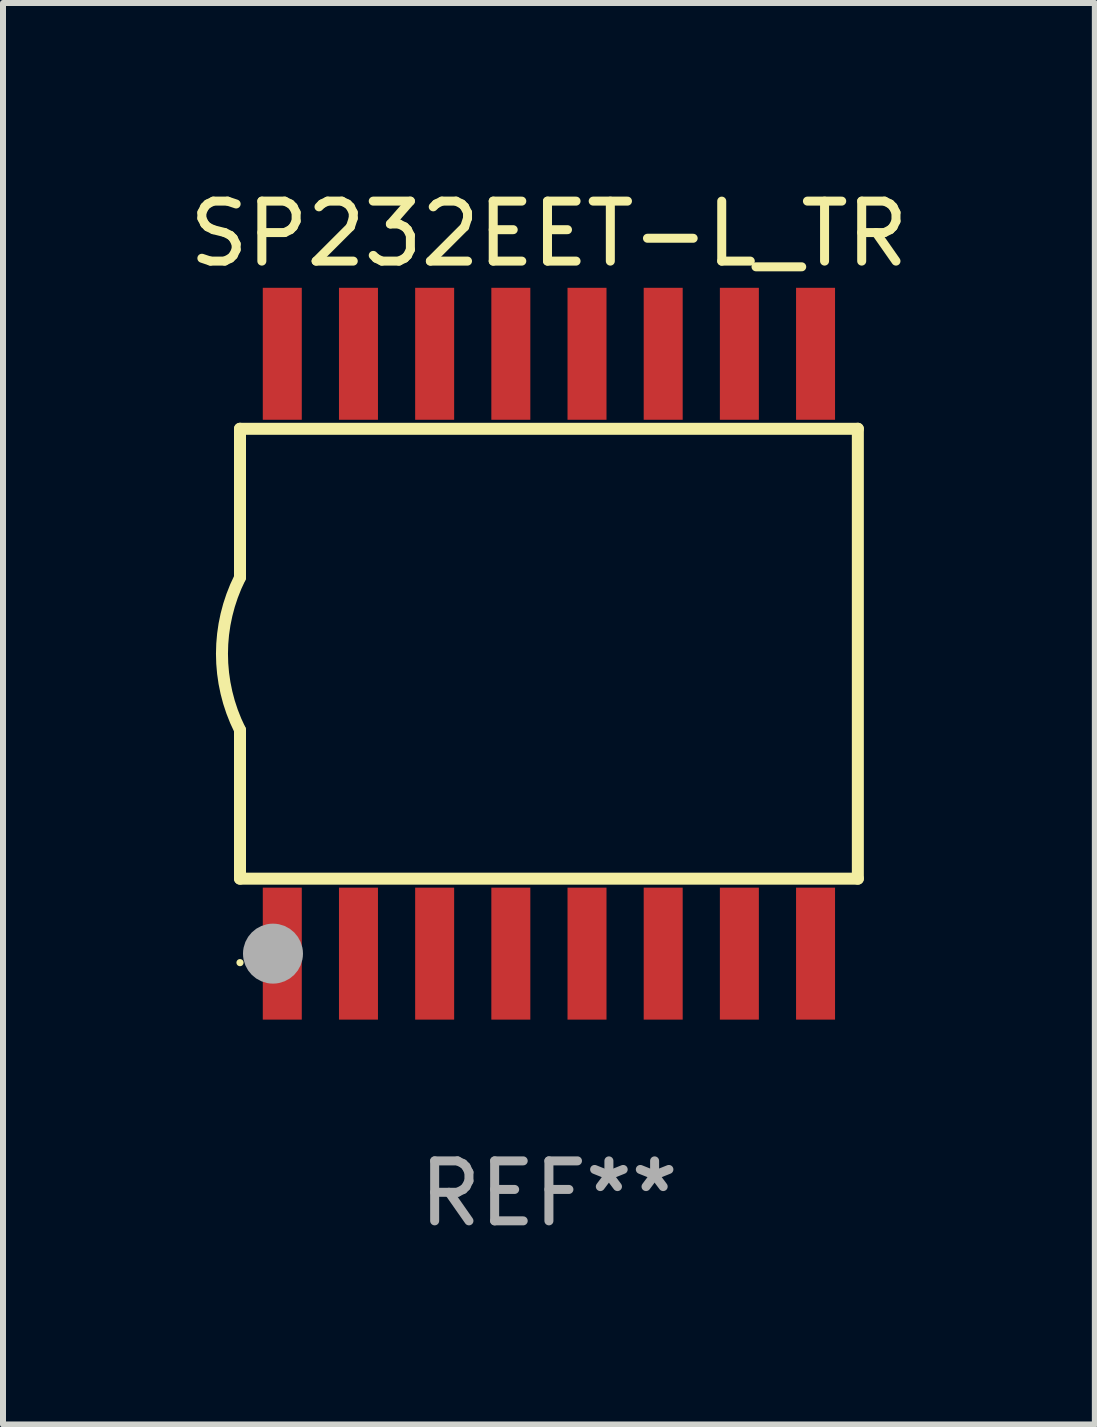
<source format=kicad_pcb>
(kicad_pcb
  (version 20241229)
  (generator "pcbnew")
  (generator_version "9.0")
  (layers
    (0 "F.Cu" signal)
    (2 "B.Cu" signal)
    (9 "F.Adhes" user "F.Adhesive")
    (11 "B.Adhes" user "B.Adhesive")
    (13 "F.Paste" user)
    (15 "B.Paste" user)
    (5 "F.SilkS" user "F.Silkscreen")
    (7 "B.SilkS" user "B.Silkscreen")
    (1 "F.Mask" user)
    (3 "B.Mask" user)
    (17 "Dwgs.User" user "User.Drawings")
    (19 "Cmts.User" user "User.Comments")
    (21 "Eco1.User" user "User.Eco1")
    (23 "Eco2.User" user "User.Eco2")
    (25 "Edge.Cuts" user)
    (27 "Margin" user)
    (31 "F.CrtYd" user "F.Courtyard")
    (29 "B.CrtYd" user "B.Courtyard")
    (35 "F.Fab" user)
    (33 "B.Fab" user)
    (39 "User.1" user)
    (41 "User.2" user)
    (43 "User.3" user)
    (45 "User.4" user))
  (footprint "SP232EET-L_TR"
    (layer "F.Cu")
    (at 6.101 7.848)
    (property "Reference" "SP232EET-L_TR" (at 0 -7 0) (layer "F.SilkS") (effects (font (size 1 1) (thickness 0.15))))
    (attr through_hole)
    (fp_line (start -5.15 -3.75) (end -5.15 -1.27) (stroke (width 0.2) (type solid)) (layer "F.SilkS"))
    (fp_line (start -5.15 -3.75) (end 5.15 -3.75) (stroke (width 0.2) (type solid)) (layer "F.SilkS"))
    (fp_line (start -5.15 3.75) (end -5.15 1.27) (stroke (width 0.2) (type solid)) (layer "F.SilkS"))
    (fp_line (start 5.15 -3.75) (end 5.15 3.75) (stroke (width 0.2) (type solid)) (layer "F.SilkS"))
    (fp_line (start 5.15 3.75) (end -5.15 3.75) (stroke (width 0.2) (type solid)) (layer "F.SilkS"))
    (fp_arc (start -5.151131 1.270003) (mid -5.450556 -0.000132) (end -5.150013 -1.270003) (stroke (width 0.2) (type solid)) (layer "F.SilkS"))
    (fp_circle (center -5.15 5.15) (end -5.12 5.15) (stroke (width 0.06) (type solid)) (fill no) (layer "F.SilkS"))
    (fp_circle (center -4.6 5) (end -4.35 5) (stroke (width 0.5) (type solid)) (fill no) (layer "F.Fab"))
    (fp_text user "REF**" (at 0 9 0) (layer "F.Fab") (effects (font (size 1 1) (thickness 0.15))))
    (pad "1" smd rect (at -4.445 5) (size 0.65 2.2) (layers "F.Cu" "F.Mask" "F.Paste"))
    (pad "2" smd rect (at -3.175 5) (size 0.65 2.2) (layers "F.Cu" "F.Mask" "F.Paste"))
    (pad "3" smd rect (at -1.905 5) (size 0.65 2.2) (layers "F.Cu" "F.Mask" "F.Paste"))
    (pad "4" smd rect (at -0.635 5) (size 0.65 2.2) (layers "F.Cu" "F.Mask" "F.Paste"))
    (pad "5" smd rect (at 0.635 5) (size 0.65 2.2) (layers "F.Cu" "F.Mask" "F.Paste"))
    (pad "6" smd rect (at 1.905 5) (size 0.65 2.2) (layers "F.Cu" "F.Mask" "F.Paste"))
    (pad "7" smd rect (at 3.175 5) (size 0.65 2.2) (layers "F.Cu" "F.Mask" "F.Paste"))
    (pad "8" smd rect (at 4.445 5) (size 0.65 2.2) (layers "F.Cu" "F.Mask" "F.Paste"))
    (pad "9" smd rect (at 4.445 -5) (size 0.65 2.2) (layers "F.Cu" "F.Mask" "F.Paste"))
    (pad "10" smd rect (at 3.175 -5) (size 0.65 2.2) (layers "F.Cu" "F.Mask" "F.Paste"))
    (pad "11" smd rect (at 1.905 -5) (size 0.65 2.2) (layers "F.Cu" "F.Mask" "F.Paste"))
    (pad "12" smd rect (at 0.635 -5) (size 0.65 2.2) (layers "F.Cu" "F.Mask" "F.Paste"))
    (pad "13" smd rect (at -0.635 -5) (size 0.65 2.2) (layers "F.Cu" "F.Mask" "F.Paste"))
    (pad "14" smd rect (at -1.905 -5) (size 0.65 2.2) (layers "F.Cu" "F.Mask" "F.Paste"))
    (pad "15" smd rect (at -3.175 -5) (size 0.65 2.2) (layers "F.Cu" "F.Mask" "F.Paste"))
    (pad "16" smd rect (at -4.445 -5) (size 0.65 2.2) (layers "F.Cu" "F.Mask" "F.Paste")))
  (gr_rect
    (start -3 -3)
    (end 15.202 20.697)
    (stroke (width 0.1) (type default))
    (fill no)
    (layer "Edge.Cuts")))
</source>
